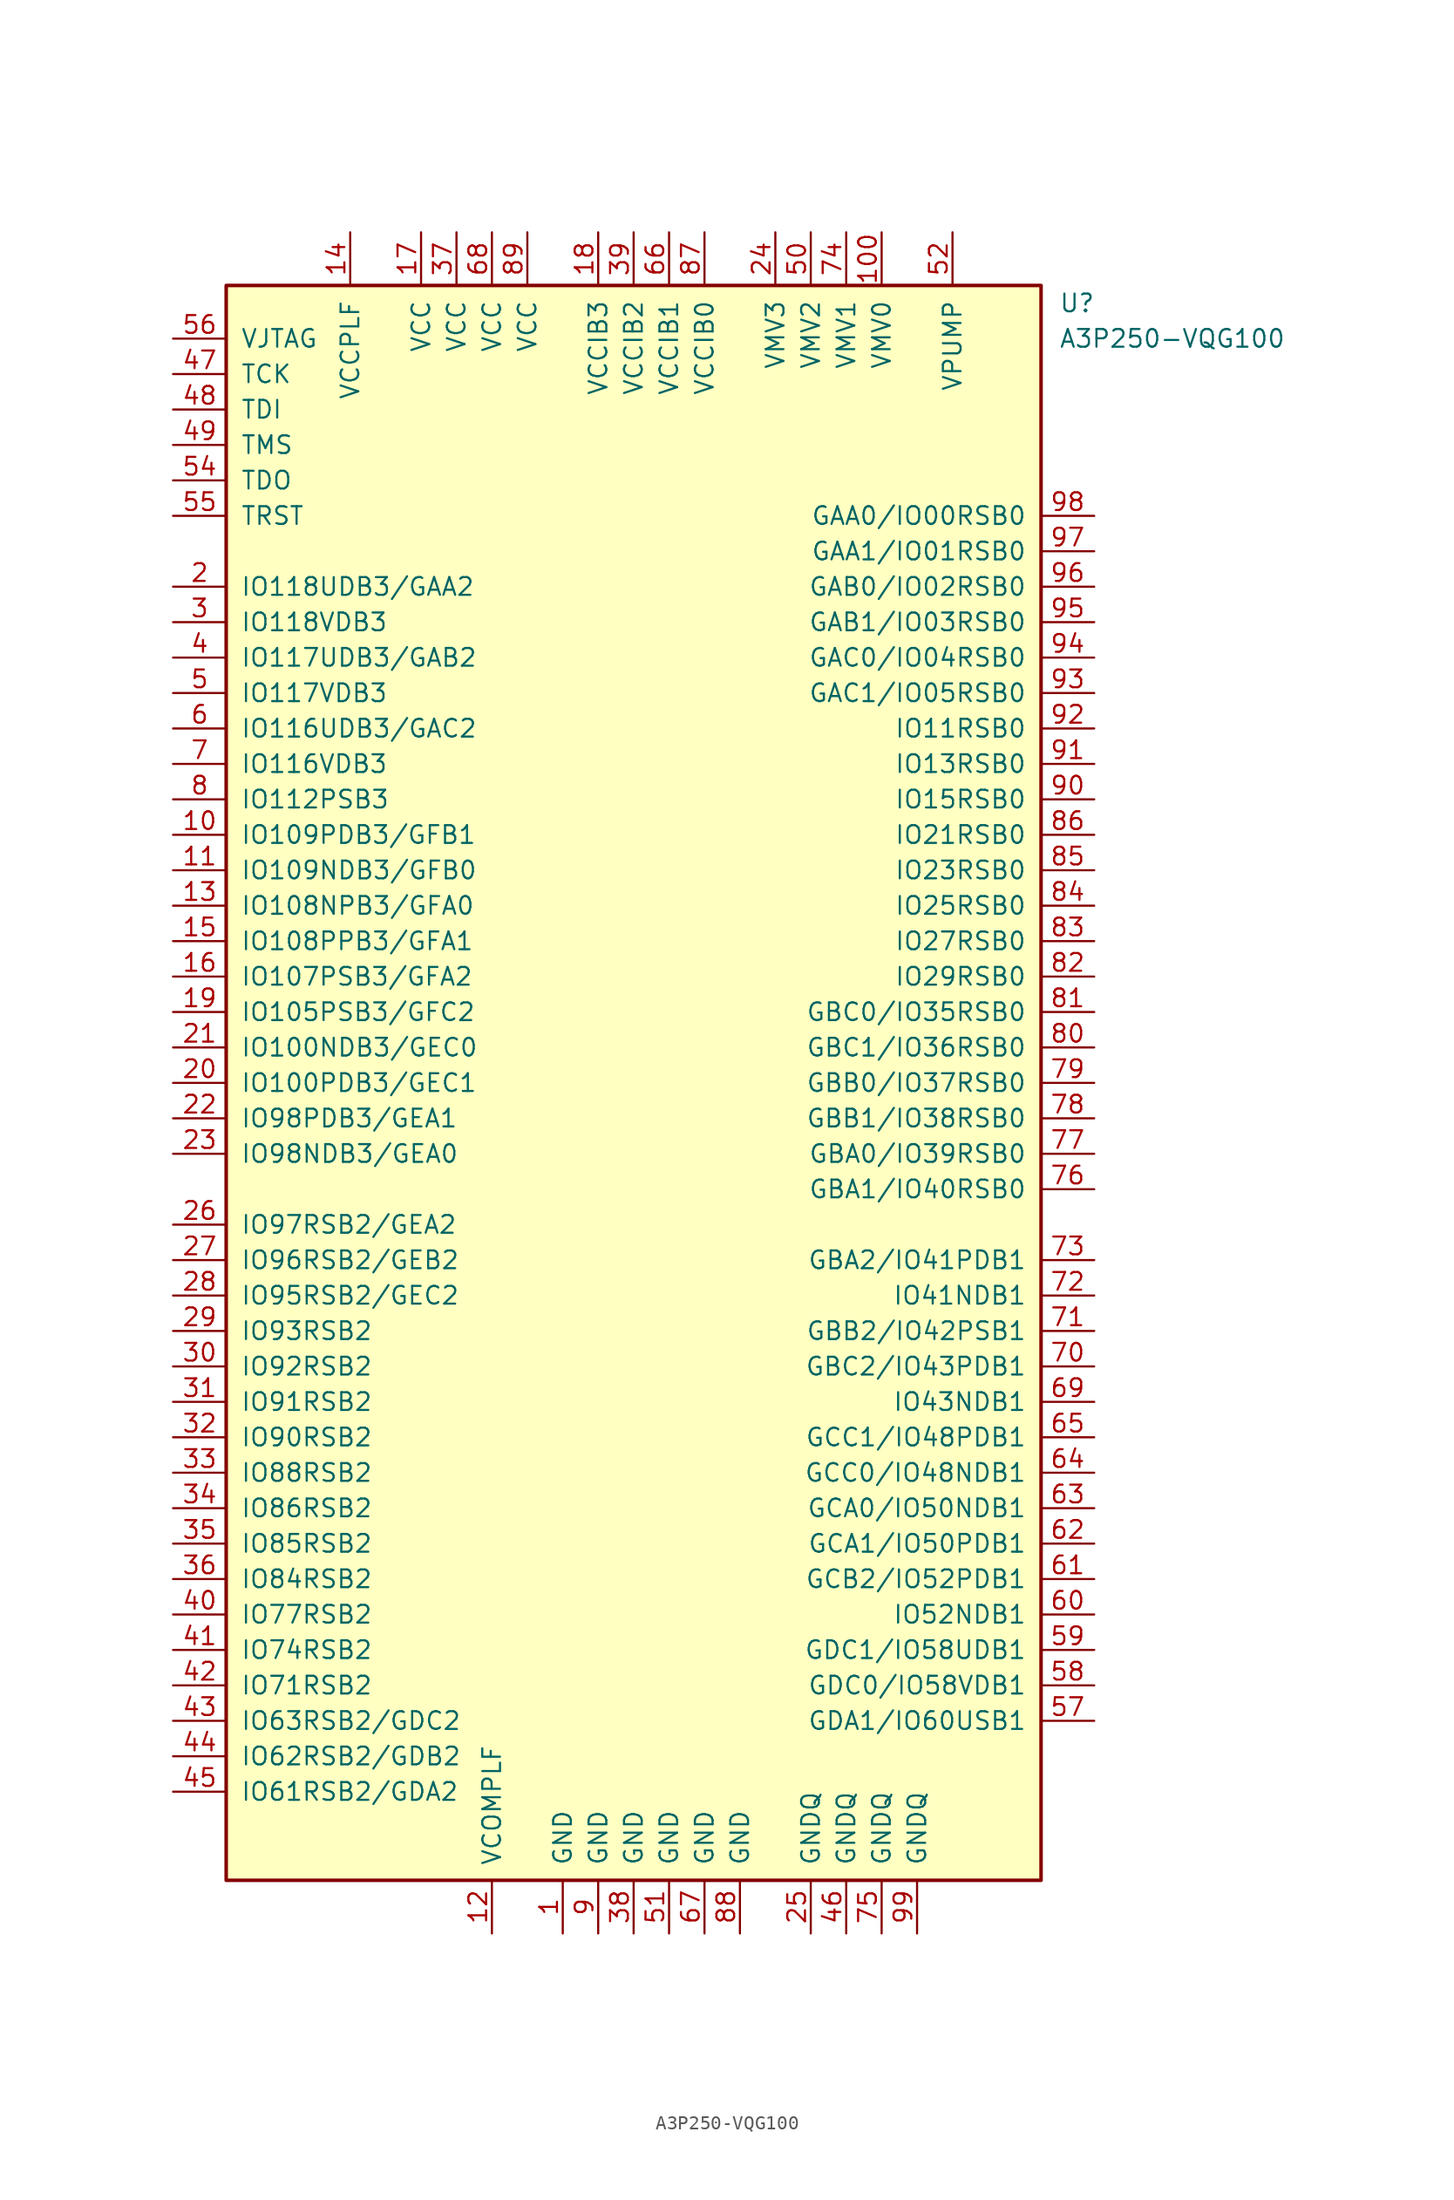
<source format=kicad_sym>
(kicad_symbol_lib
  (version 20201005)
  (generator kicad_symbol_editor)
  (symbol "FPGA_Microsemi:A3P250-VQG100"
    (pin_names
      (offset 1.016))
    (property "Reference" "U"
      (at 30.48 55.88 0)
      (effects (font (size 1.27 1.27)) (justify left)))
    (property "Value" "A3P250-VQG100"
      (at 30.48 53.34 0)
      (effects (font (size 1.27 1.27)) (justify left)))
    (symbol "A3P250-VQG100_0_1"
      (rectangle (start -29.21 57.15) (end 29.21 -57.15) (stroke (width 0.254)) (fill (type background))))
    (symbol "A3P250-VQG100_1_1"
      (pin power_out line (at -5.08 -60.96 90) (length 3.81) (name "GND" (effects (font (size 1.27 1.27)))) (number "1" (effects (font (size 1.27 1.27)))))
      (pin bidirectional line (at -33.02 17.78 0) (length 3.81) (name "IO109PDB3/GFB1" (effects (font (size 1.27 1.27)))) (number "10" (effects (font (size 1.27 1.27)))))
      (pin power_in line (at 17.78 60.96 270) (length 3.81) (name "VMV0" (effects (font (size 1.27 1.27)))) (number "100" (effects (font (size 1.27 1.27)))))
      (pin bidirectional line (at -33.02 15.24 0) (length 3.81) (name "IO109NDB3/GFB0" (effects (font (size 1.27 1.27)))) (number "11" (effects (font (size 1.27 1.27)))))
      (pin power_in line (at -10.16 -60.96 90) (length 3.81) (name "VCOMPLF" (effects (font (size 1.27 1.27)))) (number "12" (effects (font (size 1.27 1.27)))))
      (pin bidirectional line (at -33.02 12.7 0) (length 3.81) (name "IO108NPB3/GFA0" (effects (font (size 1.27 1.27)))) (number "13" (effects (font (size 1.27 1.27)))))
      (pin power_in line (at -20.32 60.96 270) (length 3.81) (name "VCCPLF" (effects (font (size 1.27 1.27)))) (number "14" (effects (font (size 1.27 1.27)))))
      (pin bidirectional line (at -33.02 10.16 0) (length 3.81) (name "IO108PPB3/GFA1" (effects (font (size 1.27 1.27)))) (number "15" (effects (font (size 1.27 1.27)))))
      (pin bidirectional line (at -33.02 7.62 0) (length 3.81) (name "IO107PSB3/GFA2" (effects (font (size 1.27 1.27)))) (number "16" (effects (font (size 1.27 1.27)))))
      (pin power_in line (at -15.24 60.96 270) (length 3.81) (name "VCC" (effects (font (size 1.27 1.27)))) (number "17" (effects (font (size 1.27 1.27)))))
      (pin power_in line (at -2.54 60.96 270) (length 3.81) (name "VCCIB3" (effects (font (size 1.27 1.27)))) (number "18" (effects (font (size 1.27 1.27)))))
      (pin bidirectional line (at -33.02 5.08 0) (length 3.81) (name "IO105PSB3/GFC2" (effects (font (size 1.27 1.27)))) (number "19" (effects (font (size 1.27 1.27)))))
      (pin bidirectional line (at -33.02 35.56 0) (length 3.81) (name "IO118UDB3/GAA2" (effects (font (size 1.27 1.27)))) (number "2" (effects (font (size 1.27 1.27)))))
      (pin bidirectional line (at -33.02 0 0) (length 3.81) (name "IO100PDB3/GEC1" (effects (font (size 1.27 1.27)))) (number "20" (effects (font (size 1.27 1.27)))))
      (pin bidirectional line (at -33.02 2.54 0) (length 3.81) (name "IO100NDB3/GEC0" (effects (font (size 1.27 1.27)))) (number "21" (effects (font (size 1.27 1.27)))))
      (pin bidirectional line (at -33.02 -2.54 0) (length 3.81) (name "IO98PDB3/GEA1" (effects (font (size 1.27 1.27)))) (number "22" (effects (font (size 1.27 1.27)))))
      (pin bidirectional line (at -33.02 -5.08 0) (length 3.81) (name "IO98NDB3/GEA0" (effects (font (size 1.27 1.27)))) (number "23" (effects (font (size 1.27 1.27)))))
      (pin bidirectional line (at 10.16 60.96 270) (length 3.81) (name "VMV3" (effects (font (size 1.27 1.27)))) (number "24" (effects (font (size 1.27 1.27)))))
      (pin bidirectional line (at 12.7 -60.96 90) (length 3.81) (name "GNDQ" (effects (font (size 1.27 1.27)))) (number "25" (effects (font (size 1.27 1.27)))))
      (pin bidirectional line (at -33.02 -10.16 0) (length 3.81) (name "IO97RSB2/GEA2" (effects (font (size 1.27 1.27)))) (number "26" (effects (font (size 1.27 1.27)))))
      (pin bidirectional line (at -33.02 -12.7 0) (length 3.81) (name "IO96RSB2/GEB2" (effects (font (size 1.27 1.27)))) (number "27" (effects (font (size 1.27 1.27)))))
      (pin bidirectional line (at -33.02 -15.24 0) (length 3.81) (name "IO95RSB2/GEC2" (effects (font (size 1.27 1.27)))) (number "28" (effects (font (size 1.27 1.27)))))
      (pin bidirectional line (at -33.02 -17.78 0) (length 3.81) (name "IO93RSB2" (effects (font (size 1.27 1.27)))) (number "29" (effects (font (size 1.27 1.27)))))
      (pin bidirectional line (at -33.02 33.02 0) (length 3.81) (name "IO118VDB3" (effects (font (size 1.27 1.27)))) (number "3" (effects (font (size 1.27 1.27)))))
      (pin bidirectional line (at -33.02 -20.32 0) (length 3.81) (name "IO92RSB2" (effects (font (size 1.27 1.27)))) (number "30" (effects (font (size 1.27 1.27)))))
      (pin bidirectional line (at -33.02 -22.86 0) (length 3.81) (name "IO91RSB2" (effects (font (size 1.27 1.27)))) (number "31" (effects (font (size 1.27 1.27)))))
      (pin bidirectional line (at -33.02 -25.4 0) (length 3.81) (name "IO90RSB2" (effects (font (size 1.27 1.27)))) (number "32" (effects (font (size 1.27 1.27)))))
      (pin bidirectional line (at -33.02 -27.94 0) (length 3.81) (name "IO88RSB2" (effects (font (size 1.27 1.27)))) (number "33" (effects (font (size 1.27 1.27)))))
      (pin bidirectional line (at -33.02 -30.48 0) (length 3.81) (name "IO86RSB2" (effects (font (size 1.27 1.27)))) (number "34" (effects (font (size 1.27 1.27)))))
      (pin bidirectional line (at -33.02 -33.02 0) (length 3.81) (name "IO85RSB2" (effects (font (size 1.27 1.27)))) (number "35" (effects (font (size 1.27 1.27)))))
      (pin bidirectional line (at -33.02 -35.56 0) (length 3.81) (name "IO84RSB2" (effects (font (size 1.27 1.27)))) (number "36" (effects (font (size 1.27 1.27)))))
      (pin power_in line (at -12.7 60.96 270) (length 3.81) (name "VCC" (effects (font (size 1.27 1.27)))) (number "37" (effects (font (size 1.27 1.27)))))
      (pin power_out line (at 0 -60.96 90) (length 3.81) (name "GND" (effects (font (size 1.27 1.27)))) (number "38" (effects (font (size 1.27 1.27)))))
      (pin power_in line (at 0 60.96 270) (length 3.81) (name "VCCIB2" (effects (font (size 1.27 1.27)))) (number "39" (effects (font (size 1.27 1.27)))))
      (pin bidirectional line (at -33.02 30.48 0) (length 3.81) (name "IO117UDB3/GAB2" (effects (font (size 1.27 1.27)))) (number "4" (effects (font (size 1.27 1.27)))))
      (pin bidirectional line (at -33.02 -38.1 0) (length 3.81) (name "IO77RSB2" (effects (font (size 1.27 1.27)))) (number "40" (effects (font (size 1.27 1.27)))))
      (pin bidirectional line (at -33.02 -40.64 0) (length 3.81) (name "IO74RSB2" (effects (font (size 1.27 1.27)))) (number "41" (effects (font (size 1.27 1.27)))))
      (pin bidirectional line (at -33.02 -43.18 0) (length 3.81) (name "IO71RSB2" (effects (font (size 1.27 1.27)))) (number "42" (effects (font (size 1.27 1.27)))))
      (pin bidirectional line (at -33.02 -45.72 0) (length 3.81) (name "IO63RSB2/GDC2" (effects (font (size 1.27 1.27)))) (number "43" (effects (font (size 1.27 1.27)))))
      (pin bidirectional line (at -33.02 -48.26 0) (length 3.81) (name "IO62RSB2/GDB2" (effects (font (size 1.27 1.27)))) (number "44" (effects (font (size 1.27 1.27)))))
      (pin bidirectional line (at -33.02 -50.8 0) (length 3.81) (name "IO61RSB2/GDA2" (effects (font (size 1.27 1.27)))) (number "45" (effects (font (size 1.27 1.27)))))
      (pin power_out line (at 15.24 -60.96 90) (length 3.81) (name "GNDQ" (effects (font (size 1.27 1.27)))) (number "46" (effects (font (size 1.27 1.27)))))
      (pin bidirectional line (at -33.02 50.8 0) (length 3.81) (name "TCK" (effects (font (size 1.27 1.27)))) (number "47" (effects (font (size 1.27 1.27)))))
      (pin bidirectional line (at -33.02 48.26 0) (length 3.81) (name "TDI" (effects (font (size 1.27 1.27)))) (number "48" (effects (font (size 1.27 1.27)))))
      (pin bidirectional line (at -33.02 45.72 0) (length 3.81) (name "TMS" (effects (font (size 1.27 1.27)))) (number "49" (effects (font (size 1.27 1.27)))))
      (pin bidirectional line (at -33.02 27.94 0) (length 3.81) (name "IO117VDB3" (effects (font (size 1.27 1.27)))) (number "5" (effects (font (size 1.27 1.27)))))
      (pin power_in line (at 12.7 60.96 270) (length 3.81) (name "VMV2" (effects (font (size 1.27 1.27)))) (number "50" (effects (font (size 1.27 1.27)))))
      (pin power_out line (at 2.54 -60.96 90) (length 3.81) (name "GND" (effects (font (size 1.27 1.27)))) (number "51" (effects (font (size 1.27 1.27)))))
      (pin power_in line (at 22.86 60.96 270) (length 3.81) (name "VPUMP" (effects (font (size 1.27 1.27)))) (number "52" (effects (font (size 1.27 1.27)))))
      (pin bidirectional line (at -33.02 43.18 0) (length 3.81) (name "TDO" (effects (font (size 1.27 1.27)))) (number "54" (effects (font (size 1.27 1.27)))))
      (pin bidirectional line (at -33.02 40.64 0) (length 3.81) (name "TRST" (effects (font (size 1.27 1.27)))) (number "55" (effects (font (size 1.27 1.27)))))
      (pin bidirectional line (at -33.02 53.34 0) (length 3.81) (name "VJTAG" (effects (font (size 1.27 1.27)))) (number "56" (effects (font (size 1.27 1.27)))))
      (pin bidirectional line (at 33.02 -45.72 180) (length 3.81) (name "GDA1/IO60USB1" (effects (font (size 1.27 1.27)))) (number "57" (effects (font (size 1.27 1.27)))))
      (pin bidirectional line (at 33.02 -43.18 180) (length 3.81) (name "GDC0/IO58VDB1" (effects (font (size 1.27 1.27)))) (number "58" (effects (font (size 1.27 1.27)))))
      (pin bidirectional line (at 33.02 -40.64 180) (length 3.81) (name "GDC1/IO58UDB1" (effects (font (size 1.27 1.27)))) (number "59" (effects (font (size 1.27 1.27)))))
      (pin bidirectional line (at -33.02 25.4 0) (length 3.81) (name "IO116UDB3/GAC2" (effects (font (size 1.27 1.27)))) (number "6" (effects (font (size 1.27 1.27)))))
      (pin bidirectional line (at 33.02 -38.1 180) (length 3.81) (name "IO52NDB1" (effects (font (size 1.27 1.27)))) (number "60" (effects (font (size 1.27 1.27)))))
      (pin bidirectional line (at 33.02 -35.56 180) (length 3.81) (name "GCB2/IO52PDB1" (effects (font (size 1.27 1.27)))) (number "61" (effects (font (size 1.27 1.27)))))
      (pin bidirectional line (at 33.02 -33.02 180) (length 3.81) (name "GCA1/IO50PDB1" (effects (font (size 1.27 1.27)))) (number "62" (effects (font (size 1.27 1.27)))))
      (pin bidirectional line (at 33.02 -30.48 180) (length 3.81) (name "GCA0/IO50NDB1" (effects (font (size 1.27 1.27)))) (number "63" (effects (font (size 1.27 1.27)))))
      (pin bidirectional line (at 33.02 -27.94 180) (length 3.81) (name "GCC0/IO48NDB1" (effects (font (size 1.27 1.27)))) (number "64" (effects (font (size 1.27 1.27)))))
      (pin bidirectional line (at 33.02 -25.4 180) (length 3.81) (name "GCC1/IO48PDB1" (effects (font (size 1.27 1.27)))) (number "65" (effects (font (size 1.27 1.27)))))
      (pin bidirectional line (at 2.54 60.96 270) (length 3.81) (name "VCCIB1" (effects (font (size 1.27 1.27)))) (number "66" (effects (font (size 1.27 1.27)))))
      (pin power_out line (at 5.08 -60.96 90) (length 3.81) (name "GND" (effects (font (size 1.27 1.27)))) (number "67" (effects (font (size 1.27 1.27)))))
      (pin power_in line (at -10.16 60.96 270) (length 3.81) (name "VCC" (effects (font (size 1.27 1.27)))) (number "68" (effects (font (size 1.27 1.27)))))
      (pin bidirectional line (at 33.02 -22.86 180) (length 3.81) (name "IO43NDB1" (effects (font (size 1.27 1.27)))) (number "69" (effects (font (size 1.27 1.27)))))
      (pin input line (at -33.02 22.86 0) (length 3.81) (name "IO116VDB3" (effects (font (size 1.27 1.27)))) (number "7" (effects (font (size 1.27 1.27)))))
      (pin bidirectional line (at 33.02 -20.32 180) (length 3.81) (name "GBC2/IO43PDB1" (effects (font (size 1.27 1.27)))) (number "70" (effects (font (size 1.27 1.27)))))
      (pin bidirectional line (at 33.02 -17.78 180) (length 3.81) (name "GBB2/IO42PSB1" (effects (font (size 1.27 1.27)))) (number "71" (effects (font (size 1.27 1.27)))))
      (pin bidirectional line (at 33.02 -15.24 180) (length 3.81) (name "IO41NDB1" (effects (font (size 1.27 1.27)))) (number "72" (effects (font (size 1.27 1.27)))))
      (pin bidirectional line (at 33.02 -12.7 180) (length 3.81) (name "GBA2/IO41PDB1" (effects (font (size 1.27 1.27)))) (number "73" (effects (font (size 1.27 1.27)))))
      (pin bidirectional line (at 15.24 60.96 270) (length 3.81) (name "VMV1" (effects (font (size 1.27 1.27)))) (number "74" (effects (font (size 1.27 1.27)))))
      (pin bidirectional line (at 17.78 -60.96 90) (length 3.81) (name "GNDQ" (effects (font (size 1.27 1.27)))) (number "75" (effects (font (size 1.27 1.27)))))
      (pin bidirectional line (at 33.02 -7.62 180) (length 3.81) (name "GBA1/IO40RSB0" (effects (font (size 1.27 1.27)))) (number "76" (effects (font (size 1.27 1.27)))))
      (pin bidirectional line (at 33.02 -5.08 180) (length 3.81) (name "GBA0/IO39RSB0" (effects (font (size 1.27 1.27)))) (number "77" (effects (font (size 1.27 1.27)))))
      (pin bidirectional line (at 33.02 -2.54 180) (length 3.81) (name "GBB1/IO38RSB0" (effects (font (size 1.27 1.27)))) (number "78" (effects (font (size 1.27 1.27)))))
      (pin bidirectional line (at 33.02 0 180) (length 3.81) (name "GBB0/IO37RSB0" (effects (font (size 1.27 1.27)))) (number "79" (effects (font (size 1.27 1.27)))))
      (pin bidirectional line (at -33.02 20.32 0) (length 3.81) (name "IO112PSB3" (effects (font (size 1.27 1.27)))) (number "8" (effects (font (size 1.27 1.27)))))
      (pin bidirectional line (at 33.02 2.54 180) (length 3.81) (name "GBC1/IO36RSB0" (effects (font (size 1.27 1.27)))) (number "80" (effects (font (size 1.27 1.27)))))
      (pin bidirectional line (at 33.02 5.08 180) (length 3.81) (name "GBC0/IO35RSB0" (effects (font (size 1.27 1.27)))) (number "81" (effects (font (size 1.27 1.27)))))
      (pin bidirectional line (at 33.02 7.62 180) (length 3.81) (name "IO29RSB0" (effects (font (size 1.27 1.27)))) (number "82" (effects (font (size 1.27 1.27)))))
      (pin bidirectional line (at 33.02 10.16 180) (length 3.81) (name "IO27RSB0" (effects (font (size 1.27 1.27)))) (number "83" (effects (font (size 1.27 1.27)))))
      (pin bidirectional line (at 33.02 12.7 180) (length 3.81) (name "IO25RSB0" (effects (font (size 1.27 1.27)))) (number "84" (effects (font (size 1.27 1.27)))))
      (pin bidirectional line (at 33.02 15.24 180) (length 3.81) (name "IO23RSB0" (effects (font (size 1.27 1.27)))) (number "85" (effects (font (size 1.27 1.27)))))
      (pin bidirectional line (at 33.02 17.78 180) (length 3.81) (name "IO21RSB0" (effects (font (size 1.27 1.27)))) (number "86" (effects (font (size 1.27 1.27)))))
      (pin power_in line (at 5.08 60.96 270) (length 3.81) (name "VCCIB0" (effects (font (size 1.27 1.27)))) (number "87" (effects (font (size 1.27 1.27)))))
      (pin power_out line (at 7.62 -60.96 90) (length 3.81) (name "GND" (effects (font (size 1.27 1.27)))) (number "88" (effects (font (size 1.27 1.27)))))
      (pin power_in line (at -7.62 60.96 270) (length 3.81) (name "VCC" (effects (font (size 1.27 1.27)))) (number "89" (effects (font (size 1.27 1.27)))))
      (pin power_out line (at -2.54 -60.96 90) (length 3.81) (name "GND" (effects (font (size 1.27 1.27)))) (number "9" (effects (font (size 1.27 1.27)))))
      (pin input line (at 33.02 20.32 180) (length 3.81) (name "IO15RSB0" (effects (font (size 1.27 1.27)))) (number "90" (effects (font (size 1.27 1.27)))))
      (pin bidirectional line (at 33.02 22.86 180) (length 3.81) (name "IO13RSB0" (effects (font (size 1.27 1.27)))) (number "91" (effects (font (size 1.27 1.27)))))
      (pin bidirectional line (at 33.02 25.4 180) (length 3.81) (name "IO11RSB0" (effects (font (size 1.27 1.27)))) (number "92" (effects (font (size 1.27 1.27)))))
      (pin bidirectional line (at 33.02 27.94 180) (length 3.81) (name "GAC1/IO05RSB0" (effects (font (size 1.27 1.27)))) (number "93" (effects (font (size 1.27 1.27)))))
      (pin bidirectional line (at 33.02 30.48 180) (length 3.81) (name "GAC0/IO04RSB0" (effects (font (size 1.27 1.27)))) (number "94" (effects (font (size 1.27 1.27)))))
      (pin bidirectional line (at 33.02 33.02 180) (length 3.81) (name "GAB1/IO03RSB0" (effects (font (size 1.27 1.27)))) (number "95" (effects (font (size 1.27 1.27)))))
      (pin bidirectional line (at 33.02 35.56 180) (length 3.81) (name "GAB0/IO02RSB0" (effects (font (size 1.27 1.27)))) (number "96" (effects (font (size 1.27 1.27)))))
      (pin bidirectional line (at 33.02 38.1 180) (length 3.81) (name "GAA1/IO01RSB0" (effects (font (size 1.27 1.27)))) (number "97" (effects (font (size 1.27 1.27)))))
      (pin bidirectional line (at 33.02 40.64 180) (length 3.81) (name "GAA0/IO00RSB0" (effects (font (size 1.27 1.27)))) (number "98" (effects (font (size 1.27 1.27)))))
      (pin power_out line (at 20.32 -60.96 90) (length 3.81) (name "GNDQ" (effects (font (size 1.27 1.27)))) (number "99" (effects (font (size 1.27 1.27))))))))
</source>
